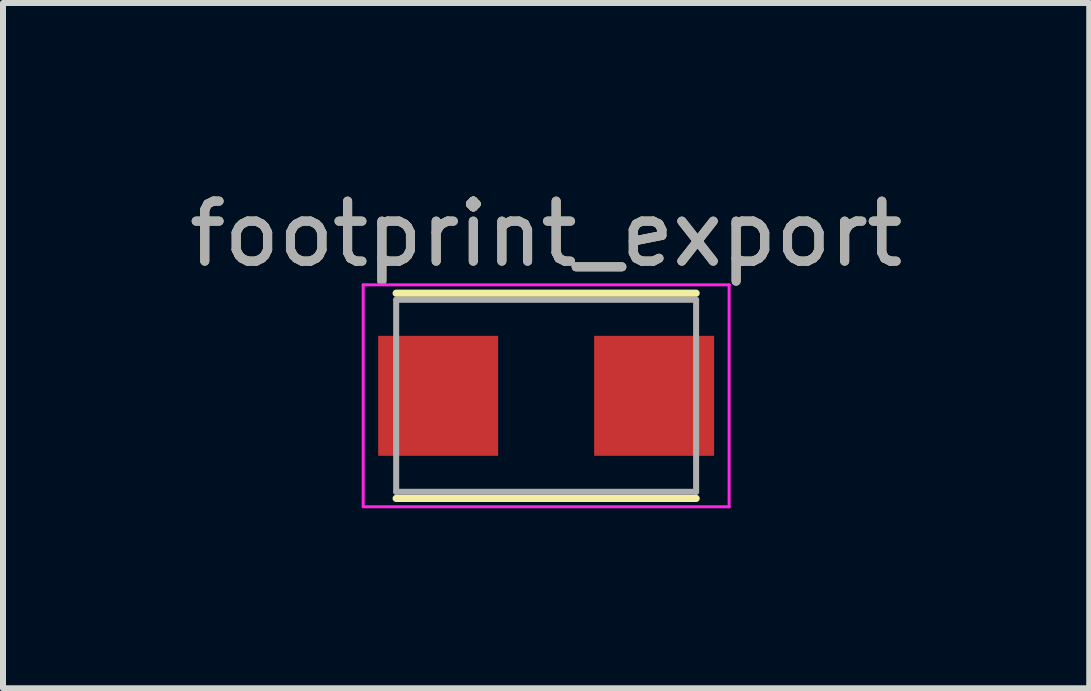
<source format=kicad_pcb>
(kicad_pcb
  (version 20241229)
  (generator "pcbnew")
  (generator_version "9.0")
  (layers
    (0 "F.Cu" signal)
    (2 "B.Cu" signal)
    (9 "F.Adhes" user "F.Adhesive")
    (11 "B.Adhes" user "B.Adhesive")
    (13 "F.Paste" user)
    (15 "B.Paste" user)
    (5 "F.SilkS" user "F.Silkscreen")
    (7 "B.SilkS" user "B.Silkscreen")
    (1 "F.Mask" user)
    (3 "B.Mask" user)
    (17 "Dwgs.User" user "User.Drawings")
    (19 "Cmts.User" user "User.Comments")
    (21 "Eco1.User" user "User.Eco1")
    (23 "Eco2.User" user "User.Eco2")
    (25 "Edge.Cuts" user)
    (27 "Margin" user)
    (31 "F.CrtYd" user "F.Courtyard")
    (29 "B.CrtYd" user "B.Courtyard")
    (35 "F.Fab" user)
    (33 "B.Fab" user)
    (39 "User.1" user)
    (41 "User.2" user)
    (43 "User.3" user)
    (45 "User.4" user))
  (footprint "footprint_export"
    (layer "F.Cu")
    (at 6.054 3.548)
    (property "Reference" "footprint_export" (at 0 -2.7 0) (layer "F.SilkS") (effects (font (size 1 1) (thickness 0.15))))
    (attr smd)
    (fp_line (start -2.5 -1.71) (end 2.5 -1.71) (stroke (width 0.12) (type solid)) (layer "F.SilkS"))
    (fp_line (start -2.5 1.71) (end 2.5 1.71) (stroke (width 0.12) (type solid)) (layer "F.SilkS"))
    (fp_line (start -3.05 -1.85) (end -3.05 1.85) (stroke (width 0.05) (type solid)) (layer "F.CrtYd"))
    (fp_line (start -3.05 -1.85) (end 3.05 -1.85) (stroke (width 0.05) (type solid)) (layer "F.CrtYd"))
    (fp_line (start -3.05 1.85) (end 3.05 1.85) (stroke (width 0.05) (type solid)) (layer "F.CrtYd"))
    (fp_line (start 3.05 -1.85) (end 3.05 1.85) (stroke (width 0.05) (type solid)) (layer "F.CrtYd"))
    (fp_line (start -2.5 -1.6) (end -2.5 1.6) (stroke (width 0.1) (type solid)) (layer "F.Fab"))
    (fp_line (start -2.5 -1.6) (end 2.5 -1.6) (stroke (width 0.1) (type solid)) (layer "F.Fab"))
    (fp_line (start -2.5 1.6) (end 2.5 1.6) (stroke (width 0.1) (type solid)) (layer "F.Fab"))
    (fp_line (start 2.5 -1.6) (end 2.5 1.6) (stroke (width 0.1) (type solid)) (layer "F.Fab"))
    (fp_text user "${REFERENCE}" (at 0 -2.7 0) (layer "F.Fab") (effects (font (size 1 1) (thickness 0.15))))
    (pad "1" smd rect (at -1.8 0) (size 2 2) (layers "F.Cu" "F.Mask" "F.Paste"))
    (pad "2" smd rect (at 1.8 0) (size 2 2) (layers "F.Cu" "F.Mask" "F.Paste")))
  (gr_rect
    (start -3 -3)
    (end 15.107 8.423)
    (stroke (width 0.1) (type default))
    (fill no)
    (layer "Edge.Cuts")))
</source>
